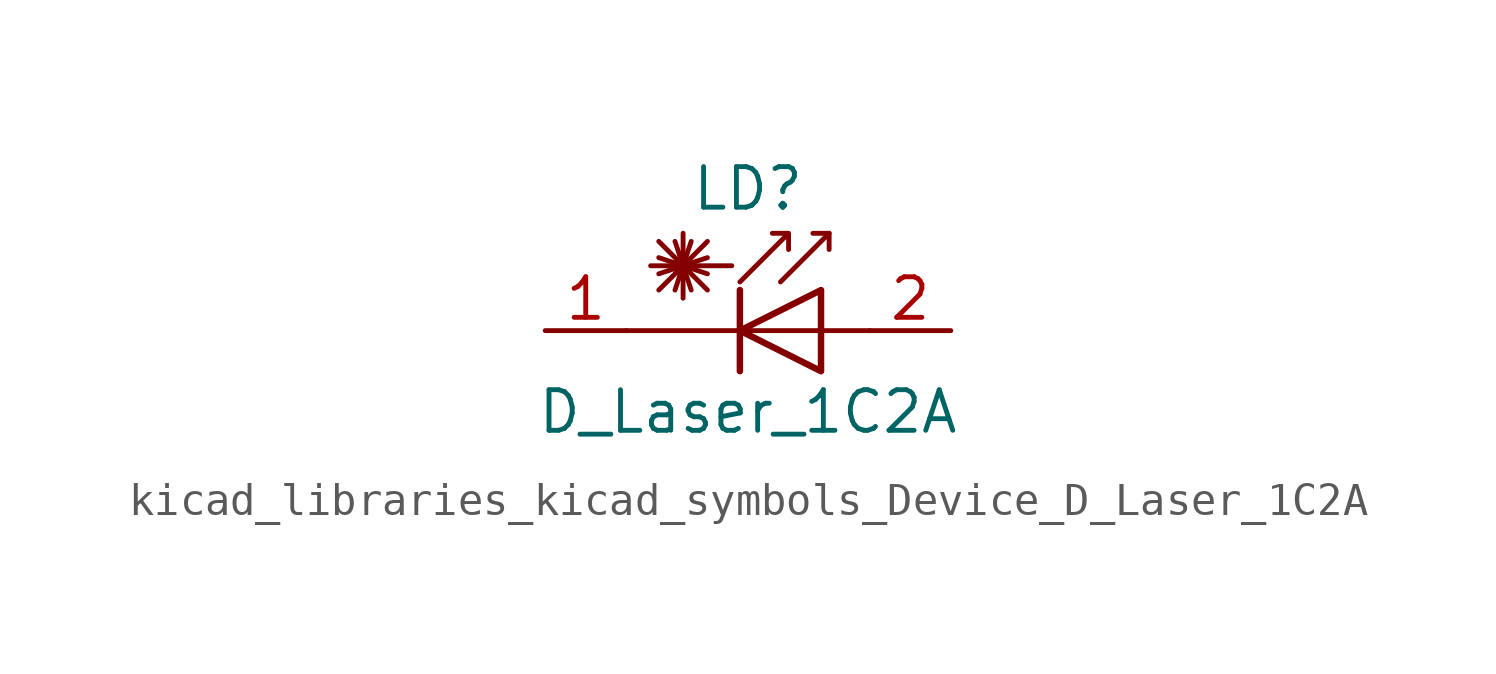
<source format=kicad_sym>
(kicad_symbol_lib
  (version 20220914)
  (generator kicad_symbol_editor)
  (symbol "kicad_libraries_kicad_symbols_Device_D_Laser_1C2A"
    (pin_names
      (offset 1.016) hide)
    (property "Reference" "LD"
      (at -1.27 4.445 0)
      (effects (font (size 1.27 1.27))))
    (property "Value" "D_Laser_1C2A"
      (at -1.27 -2.54 0)
      (effects (font (size 1.27 1.27))))
    (symbol "kicad_libraries_kicad_symbols_Device_D_Laser_1C2A_0_1"
      (polyline (pts (xy -4.064 1.27) (xy -2.54 2.794)) (stroke (width 0) (type default)) (fill (type none)))
      (polyline (pts (xy -4.064 1.778) (xy -2.54 2.286)) (stroke (width 0) (type default)) (fill (type none)))
      (polyline (pts (xy -4.064 2.286) (xy -2.54 1.778)) (stroke (width 0) (type default)) (fill (type none)))
      (polyline (pts (xy -4.064 2.794) (xy -2.54 1.27)) (stroke (width 0) (type default)) (fill (type none)))
      (polyline (pts (xy -3.556 2.794) (xy -3.048 1.27)) (stroke (width 0) (type default)) (fill (type none)))
      (polyline (pts (xy -3.302 2.032) (xy -3.302 1.016)) (stroke (width 0) (type default)) (fill (type none)))
      (polyline (pts (xy -3.302 2.032) (xy -3.302 3.048)) (stroke (width 0) (type default)) (fill (type none)))
      (polyline (pts (xy -3.048 2.794) (xy -3.556 1.27)) (stroke (width 0) (type default)) (fill (type none)))
      (polyline (pts (xy -1.778 2.032) (xy -4.318 2.032)) (stroke (width 0) (type default)) (fill (type none)))
      (polyline (pts (xy -1.524 1.27) (xy -1.524 -1.27)) (stroke (width 0.203) (type default)) (fill (type none)))
      (polyline (pts (xy 1.27 3.048) (xy 0.762 3.048)) (stroke (width 0) (type default)) (fill (type none)))
      (polyline (pts (xy 2.54 0) (xy -5.08 0)) (stroke (width 0) (type default)) (fill (type none)))
      (polyline (pts (xy -0.254 1.524) (xy 1.27 3.048) (xy 1.27 2.54)) (stroke (width 0) (type default)) (fill (type none)))
      (polyline (pts (xy 1.016 1.27) (xy 1.016 -1.27) (xy -1.524 0) (xy 1.016 1.27)) (stroke (width 0.203) (type default)) (fill (type none)))
      (polyline (pts (xy -1.524 1.524) (xy 0 3.048) (xy 0 2.54) (xy 0 3.048) (xy -0.508 3.048)) (stroke (width 0) (type default)) (fill (type none))))
    (symbol "kicad_libraries_kicad_symbols_Device_D_Laser_1C2A_1_1"
      (pin passive line (at -7.62 0 0) (length 2.54) (name "K" (effects (font (size 1.27 1.27)))) (number "1" (effects (font (size 1.27 1.27)))))
      (pin passive line (at 5.08 0 180) (length 2.54) (name "A" (effects (font (size 1.27 1.27)))) (number "2" (effects (font (size 1.27 1.27))))))))
</source>
